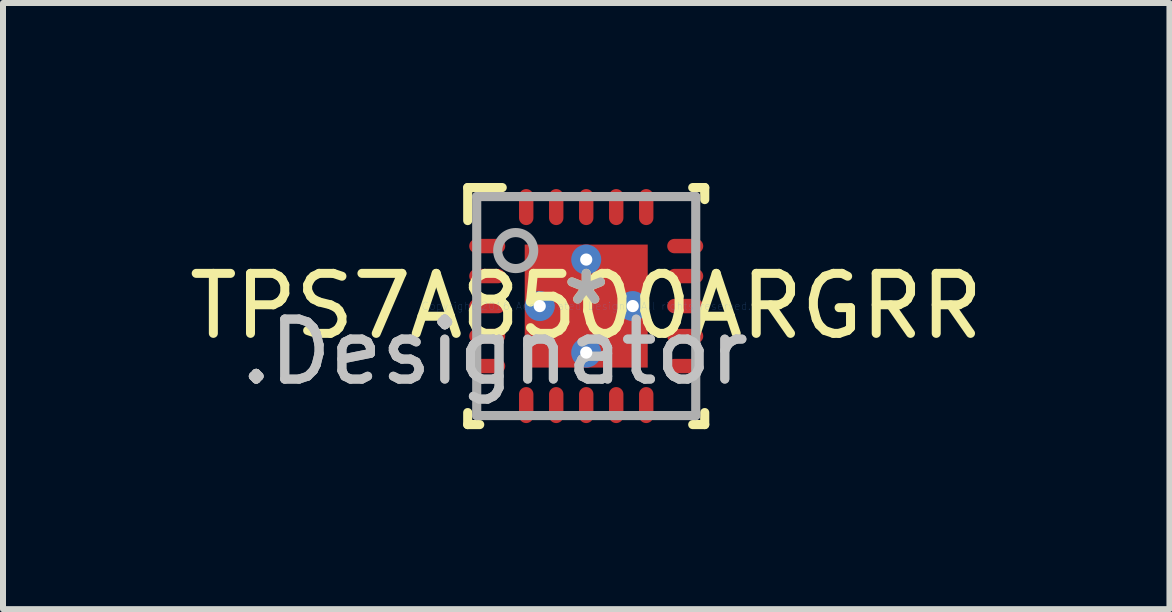
<source format=kicad_pcb>
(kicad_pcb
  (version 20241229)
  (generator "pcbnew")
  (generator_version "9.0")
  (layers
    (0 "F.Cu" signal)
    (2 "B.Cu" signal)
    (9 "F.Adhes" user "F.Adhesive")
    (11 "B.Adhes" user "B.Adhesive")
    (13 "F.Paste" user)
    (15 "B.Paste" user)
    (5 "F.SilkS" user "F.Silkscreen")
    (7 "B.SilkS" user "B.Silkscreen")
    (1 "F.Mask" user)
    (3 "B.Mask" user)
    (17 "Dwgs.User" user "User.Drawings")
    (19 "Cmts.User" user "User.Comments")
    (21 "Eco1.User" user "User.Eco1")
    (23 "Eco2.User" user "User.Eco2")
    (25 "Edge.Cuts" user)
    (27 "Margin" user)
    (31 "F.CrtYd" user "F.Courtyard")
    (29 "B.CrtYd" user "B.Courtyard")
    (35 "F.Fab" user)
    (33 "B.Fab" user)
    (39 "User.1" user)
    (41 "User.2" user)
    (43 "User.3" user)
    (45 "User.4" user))
  (footprint "TPS7A8500ARGRR"
    (layer "F.Cu")
    (at 6.72 2.051)
    (property "Reference" "TPS7A8500ARGRR" (at 0 0 0) (layer "F.SilkS") (effects (font (size 1 1) (thickness 0.15))))
    (attr through_hole)
    (fp_line (start -1.975 -1.975) (end -1.4 -1.975) (stroke (width 0.152) (type solid)) (layer "F.SilkS"))
    (fp_line (start -1.975 -1.425) (end -1.975 -1.975) (stroke (width 0.152) (type solid)) (layer "F.SilkS"))
    (fp_line (start -1.975 1.975) (end -1.975 1.775) (stroke (width 0.152) (type solid)) (layer "F.SilkS"))
    (fp_line (start -1.975 1.975) (end -1.775 1.975) (stroke (width 0.152) (type solid)) (layer "F.SilkS"))
    (fp_line (start 1.775 -1.975) (end 1.975 -1.975) (stroke (width 0.152) (type solid)) (layer "F.SilkS"))
    (fp_line (start 1.775 1.975) (end 1.975 1.975) (stroke (width 0.152) (type solid)) (layer "F.SilkS"))
    (fp_line (start 1.975 -1.775) (end 1.975 -1.975) (stroke (width 0.152) (type solid)) (layer "F.SilkS"))
    (fp_line (start 1.975 1.975) (end 1.975 1.775) (stroke (width 0.152) (type solid)) (layer "F.SilkS"))
    (fp_line (start -1.017 -1.017) (end -1.017 -0.1) (stroke (width 0.152) (type solid)) (layer "F.Paste"))
    (fp_line (start -1.017 -0.1) (end -0.1 -0.1) (stroke (width 0.152) (type solid)) (layer "F.Paste"))
    (fp_line (start -1.017 0.1) (end -1.017 1.017) (stroke (width 0.152) (type solid)) (layer "F.Paste"))
    (fp_line (start -1.017 1.017) (end -0.1 1.017) (stroke (width 0.152) (type solid)) (layer "F.Paste"))
    (fp_line (start -0.1 -1.017) (end -1.017 -1.017) (stroke (width 0.152) (type solid)) (layer "F.Paste"))
    (fp_line (start -0.1 -0.1) (end -0.1 -1.017) (stroke (width 0.152) (type solid)) (layer "F.Paste"))
    (fp_line (start -0.1 0.1) (end -1.017 0.1) (stroke (width 0.152) (type solid)) (layer "F.Paste"))
    (fp_line (start -0.1 1.017) (end -0.1 0.1) (stroke (width 0.152) (type solid)) (layer "F.Paste"))
    (fp_line (start 0.1 -1.017) (end 0.1 -0.1) (stroke (width 0.152) (type solid)) (layer "F.Paste"))
    (fp_line (start 0.1 -0.1) (end 1.017 -0.1) (stroke (width 0.152) (type solid)) (layer "F.Paste"))
    (fp_line (start 0.1 0.1) (end 0.1 1.017) (stroke (width 0.152) (type solid)) (layer "F.Paste"))
    (fp_line (start 0.1 1.017) (end 1.017 1.017) (stroke (width 0.152) (type solid)) (layer "F.Paste"))
    (fp_line (start 1.017 -1.017) (end 0.1 -1.017) (stroke (width 0.152) (type solid)) (layer "F.Paste"))
    (fp_line (start 1.017 -0.1) (end 1.017 -1.017) (stroke (width 0.152) (type solid)) (layer "F.Paste"))
    (fp_line (start 1.017 0.1) (end 0.1 0.1) (stroke (width 0.152) (type solid)) (layer "F.Paste"))
    (fp_line (start 1.017 1.017) (end 1.017 0.1) (stroke (width 0.152) (type solid)) (layer "F.Paste"))
    (fp_line (start -1.825 -1.825) (end 1.825 -1.825) (stroke (width 0.152) (type solid)) (layer "F.Fab"))
    (fp_line (start -1.825 1.825) (end -1.825 -1.825) (stroke (width 0.152) (type solid)) (layer "F.Fab"))
    (fp_line (start -1.825 1.825) (end 1.825 1.825) (stroke (width 0.152) (type solid)) (layer "F.Fab"))
    (fp_line (start 1.825 1.825) (end 1.825 -1.825) (stroke (width 0.152) (type solid)) (layer "F.Fab"))
    (fp_circle (center -1.175 -0.925) (end -0.875 -0.925) (stroke (width 0.152) (type solid)) (fill no) (layer "F.Fab"))
    (fp_text user "*" (at 0 0 0) (layer "F.SilkS") (effects (font (size 1 1) (thickness 0.15))))
    (fp_text user ".Designator" (at -1.524 0.762 0) (layer "Dwgs.User") (effects (font (size 1 1) (thickness 0.15))))
    (fp_text user "Copyright 2016 Accelerated Designs. All rights reserved." (at 0 0 0) (layer "Cmts.User") (effects (font (size 0.127 0.127) (thickness 0.002))))
    (fp_text user "*" (at 0 0 0) (layer "F.Fab") (effects (font (size 1 1) (thickness 0.15))))
    (fp_text user ".Designator" (at -1.524 0.762 0) (layer "F.Fab") (effects (font (size 1 1) (thickness 0.15))))
    (pad "1" smd oval (at -1.65 -1 90) (size 0.24 0.6) (layers "F.Cu" "F.Mask" "F.Paste"))
    (pad "2" smd oval (at -1.65 -0.5 90) (size 0.24 0.6) (layers "F.Cu" "F.Mask" "F.Paste"))
    (pad "3" smd oval (at -1.65 0 90) (size 0.24 0.6) (layers "F.Cu" "F.Mask" "F.Paste"))
    (pad "4" smd oval (at -1.65 0.5 90) (size 0.24 0.6) (layers "F.Cu" "F.Mask" "F.Paste"))
    (pad "5" smd oval (at -1.65 1 90) (size 0.24 0.6) (layers "F.Cu" "F.Mask" "F.Paste"))
    (pad "6" smd oval (at -1 1.65) (size 0.24 0.6) (layers "F.Cu" "F.Mask" "F.Paste"))
    (pad "7" smd oval (at -0.5 1.65) (size 0.24 0.6) (layers "F.Cu" "F.Mask" "F.Paste"))
    (pad "8" smd oval (at 0 1.65) (size 0.24 0.6) (layers "F.Cu" "F.Mask" "F.Paste"))
    (pad "9" smd oval (at 0.5 1.65) (size 0.24 0.6) (layers "F.Cu" "F.Mask" "F.Paste"))
    (pad "10" smd oval (at 1 1.65) (size 0.24 0.6) (layers "F.Cu" "F.Mask" "F.Paste"))
    (pad "11" smd oval (at 1.65 1 90) (size 0.24 0.6) (layers "F.Cu" "F.Mask" "F.Paste"))
    (pad "12" smd oval (at 1.65 0.5 90) (size 0.24 0.6) (layers "F.Cu" "F.Mask" "F.Paste"))
    (pad "13" smd oval (at 1.65 0 90) (size 0.24 0.6) (layers "F.Cu" "F.Mask" "F.Paste"))
    (pad "14" smd oval (at 1.65 -0.5 90) (size 0.24 0.6) (layers "F.Cu" "F.Mask" "F.Paste"))
    (pad "15" smd oval (at 1.65 -1 90) (size 0.24 0.6) (layers "F.Cu" "F.Mask" "F.Paste"))
    (pad "16" smd oval (at 1 -1.65) (size 0.24 0.6) (layers "F.Cu" "F.Mask" "F.Paste"))
    (pad "17" smd oval (at 0.5 -1.65) (size 0.24 0.6) (layers "F.Cu" "F.Mask" "F.Paste"))
    (pad "18" smd oval (at 0 -1.65) (size 0.24 0.6) (layers "F.Cu" "F.Mask" "F.Paste"))
    (pad "19" smd oval (at -0.5 -1.65) (size 0.24 0.6) (layers "F.Cu" "F.Mask" "F.Paste"))
    (pad "20" smd oval (at -1 -1.65) (size 0.24 0.6) (layers "F.Cu" "F.Mask" "F.Paste"))
    (pad "21" smd rect (at 0 0) (size 2.05 2.05) (layers "F.Cu" "F.Mask" "F.Paste"))
    (pad "V" thru_hole circle (at -0.775 0) (size 0.5 0.5) (drill 0.203) (layers "*.Cu" "*.Mask"))
    (pad "V" thru_hole circle (at 0 -0.775) (size 0.5 0.5) (drill 0.203) (layers "*.Cu" "*.Mask"))
    (pad "V" thru_hole circle (at 0 0.775) (size 0.5 0.5) (drill 0.203) (layers "*.Cu" "*.Mask"))
    (pad "V" thru_hole circle (at 0.775 0) (size 0.5 0.5) (drill 0.203) (layers "*.Cu" "*.Mask")))
  (gr_rect
    (start -3 -3)
    (end 16.44 7.102)
    (stroke (width 0.1) (type default))
    (fill no)
    (layer "Edge.Cuts")))
</source>
